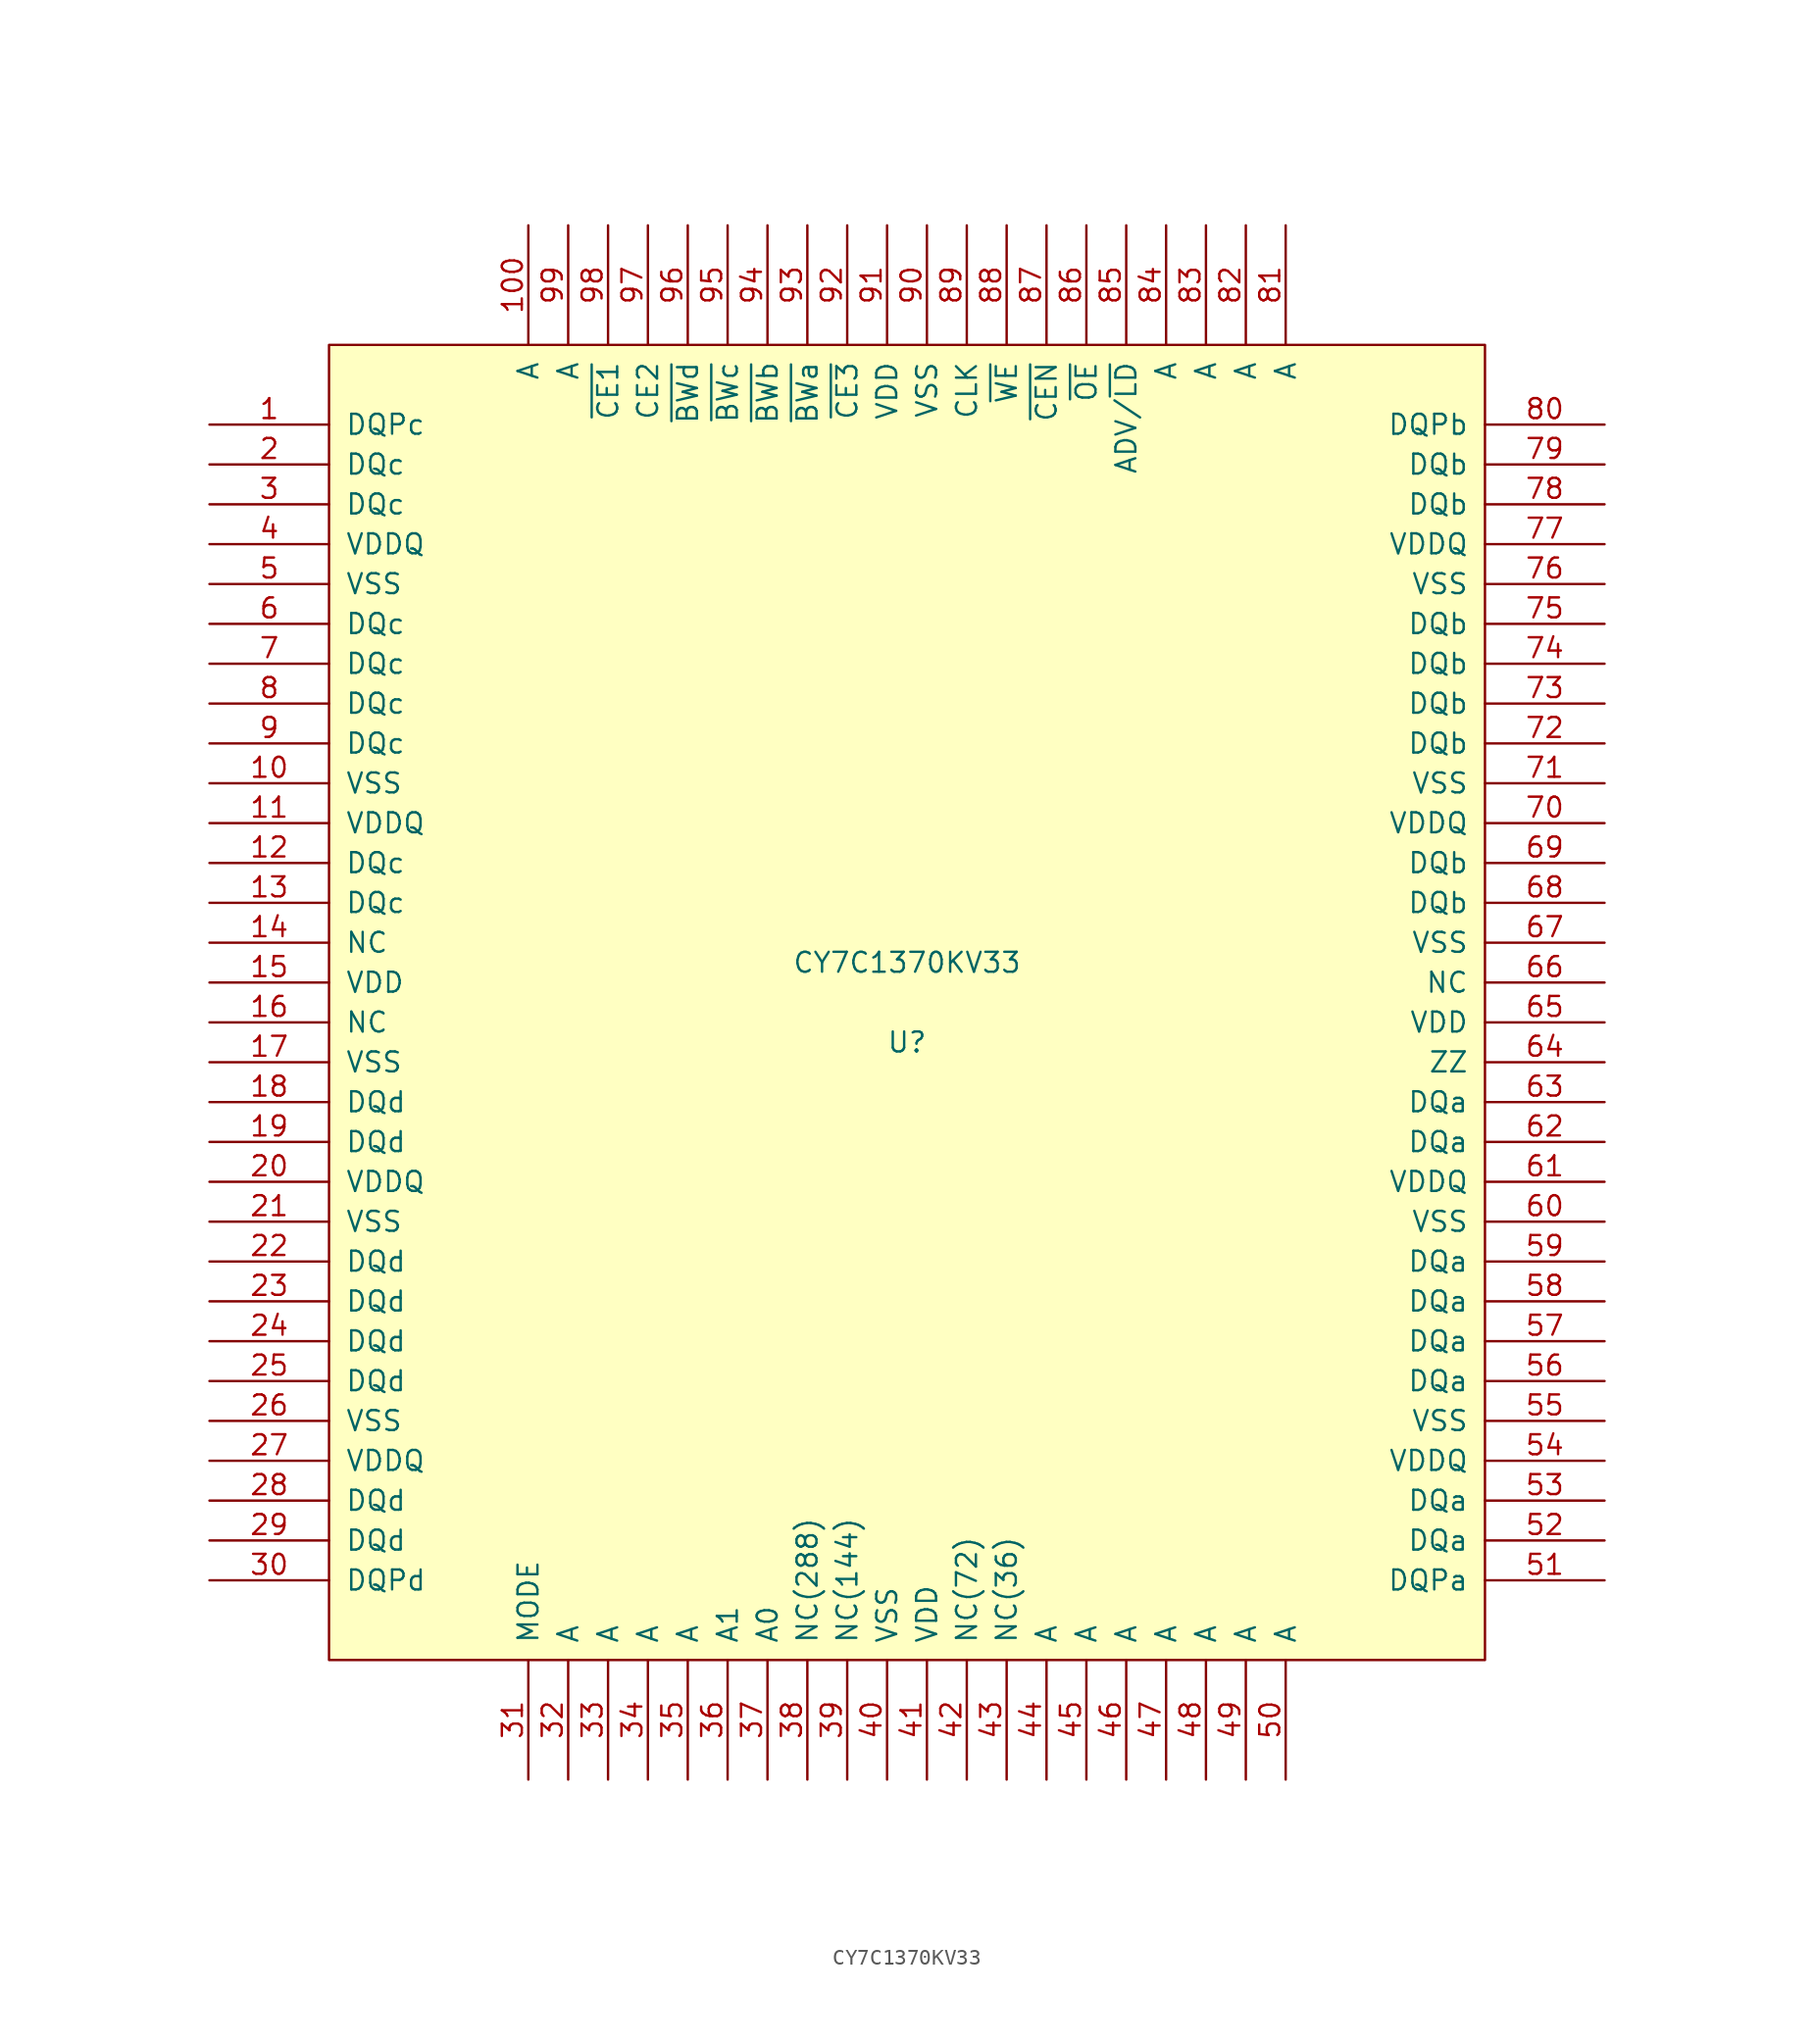
<source format=kicad_sym>
(kicad_symbol_lib
  (version 20211014)
  (generator kicad_symbol_editor)
  (symbol "CY7C1370KV33"
    (pin_names
      (offset 1.016))
    (property "Reference" "U"
      (at 0 -2.54 0)
      (effects (font (size 1.27 1.27))))
    (property "Value" "CY7C1370KV33"
      (at 0 2.54 0)
      (effects (font (size 1.27 1.27))))
    (symbol "CY7C1370KV33_1_0"
      (rectangle (start -36.83 -41.91) (end 36.83 41.91) (stroke (width 0) (type default) (color 0 0 0 0)) (fill (type background))))
    (symbol "CY7C1370KV33_1_1"
      (pin bidirectional line (at -44.45 36.83 0) (length 7.62) (name "DQPc" (effects (font (size 1.27 1.27)))) (number "1" (effects (font (size 1.27 1.27)))))
      (pin power_in line (at -44.45 13.97 0) (length 7.62) (name "VSS" (effects (font (size 1.27 1.27)))) (number "10" (effects (font (size 1.27 1.27)))))
      (pin input line (at -24.13 49.53 270) (length 7.62) (name "A" (effects (font (size 1.27 1.27)))) (number "100" (effects (font (size 1.27 1.27)))))
      (pin power_in line (at -44.45 11.43 0) (length 7.62) (name "VDDQ" (effects (font (size 1.27 1.27)))) (number "11" (effects (font (size 1.27 1.27)))))
      (pin bidirectional line (at -44.45 8.89 0) (length 7.62) (name "DQc" (effects (font (size 1.27 1.27)))) (number "12" (effects (font (size 1.27 1.27)))))
      (pin bidirectional line (at -44.45 6.35 0) (length 7.62) (name "DQc" (effects (font (size 1.27 1.27)))) (number "13" (effects (font (size 1.27 1.27)))))
      (pin unspecified line (at -44.45 3.81 0) (length 7.62) (name "NC" (effects (font (size 1.27 1.27)))) (number "14" (effects (font (size 1.27 1.27)))))
      (pin power_in line (at -44.45 1.27 0) (length 7.62) (name "VDD" (effects (font (size 1.27 1.27)))) (number "15" (effects (font (size 1.27 1.27)))))
      (pin unspecified line (at -44.45 -1.27 0) (length 7.62) (name "NC" (effects (font (size 1.27 1.27)))) (number "16" (effects (font (size 1.27 1.27)))))
      (pin power_in line (at -44.45 -3.81 0) (length 7.62) (name "VSS" (effects (font (size 1.27 1.27)))) (number "17" (effects (font (size 1.27 1.27)))))
      (pin bidirectional line (at -44.45 -6.35 0) (length 7.62) (name "DQd" (effects (font (size 1.27 1.27)))) (number "18" (effects (font (size 1.27 1.27)))))
      (pin bidirectional line (at -44.45 -8.89 0) (length 7.62) (name "DQd" (effects (font (size 1.27 1.27)))) (number "19" (effects (font (size 1.27 1.27)))))
      (pin bidirectional line (at -44.45 34.29 0) (length 7.62) (name "DQc" (effects (font (size 1.27 1.27)))) (number "2" (effects (font (size 1.27 1.27)))))
      (pin power_in line (at -44.45 -11.43 0) (length 7.62) (name "VDDQ" (effects (font (size 1.27 1.27)))) (number "20" (effects (font (size 1.27 1.27)))))
      (pin power_in line (at -44.45 -13.97 0) (length 7.62) (name "VSS" (effects (font (size 1.27 1.27)))) (number "21" (effects (font (size 1.27 1.27)))))
      (pin bidirectional line (at -44.45 -16.51 0) (length 7.62) (name "DQd" (effects (font (size 1.27 1.27)))) (number "22" (effects (font (size 1.27 1.27)))))
      (pin bidirectional line (at -44.45 -19.05 0) (length 7.62) (name "DQd" (effects (font (size 1.27 1.27)))) (number "23" (effects (font (size 1.27 1.27)))))
      (pin bidirectional line (at -44.45 -21.59 0) (length 7.62) (name "DQd" (effects (font (size 1.27 1.27)))) (number "24" (effects (font (size 1.27 1.27)))))
      (pin bidirectional line (at -44.45 -24.13 0) (length 7.62) (name "DQd" (effects (font (size 1.27 1.27)))) (number "25" (effects (font (size 1.27 1.27)))))
      (pin power_in line (at -44.45 -26.67 0) (length 7.62) (name "VSS" (effects (font (size 1.27 1.27)))) (number "26" (effects (font (size 1.27 1.27)))))
      (pin power_in line (at -44.45 -29.21 0) (length 7.62) (name "VDDQ" (effects (font (size 1.27 1.27)))) (number "27" (effects (font (size 1.27 1.27)))))
      (pin bidirectional line (at -44.45 -31.75 0) (length 7.62) (name "DQd" (effects (font (size 1.27 1.27)))) (number "28" (effects (font (size 1.27 1.27)))))
      (pin bidirectional line (at -44.45 -34.29 0) (length 7.62) (name "DQd" (effects (font (size 1.27 1.27)))) (number "29" (effects (font (size 1.27 1.27)))))
      (pin bidirectional line (at -44.45 31.75 0) (length 7.62) (name "DQc" (effects (font (size 1.27 1.27)))) (number "3" (effects (font (size 1.27 1.27)))))
      (pin bidirectional line (at -44.45 -36.83 0) (length 7.62) (name "DQPd" (effects (font (size 1.27 1.27)))) (number "30" (effects (font (size 1.27 1.27)))))
      (pin input line (at -24.13 -49.53 90) (length 7.62) (name "MODE" (effects (font (size 1.27 1.27)))) (number "31" (effects (font (size 1.27 1.27)))))
      (pin input line (at -21.59 -49.53 90) (length 7.62) (name "A" (effects (font (size 1.27 1.27)))) (number "32" (effects (font (size 1.27 1.27)))))
      (pin input line (at -19.05 -49.53 90) (length 7.62) (name "A" (effects (font (size 1.27 1.27)))) (number "33" (effects (font (size 1.27 1.27)))))
      (pin input line (at -16.51 -49.53 90) (length 7.62) (name "A" (effects (font (size 1.27 1.27)))) (number "34" (effects (font (size 1.27 1.27)))))
      (pin input line (at -13.97 -49.53 90) (length 7.62) (name "A" (effects (font (size 1.27 1.27)))) (number "35" (effects (font (size 1.27 1.27)))))
      (pin input line (at -11.43 -49.53 90) (length 7.62) (name "A1" (effects (font (size 1.27 1.27)))) (number "36" (effects (font (size 1.27 1.27)))))
      (pin input line (at -8.89 -49.53 90) (length 7.62) (name "A0" (effects (font (size 1.27 1.27)))) (number "37" (effects (font (size 1.27 1.27)))))
      (pin unspecified line (at -6.35 -49.53 90) (length 7.62) (name "NC(288)" (effects (font (size 1.27 1.27)))) (number "38" (effects (font (size 1.27 1.27)))))
      (pin unspecified line (at -3.81 -49.53 90) (length 7.62) (name "NC(144)" (effects (font (size 1.27 1.27)))) (number "39" (effects (font (size 1.27 1.27)))))
      (pin power_in line (at -44.45 29.21 0) (length 7.62) (name "VDDQ" (effects (font (size 1.27 1.27)))) (number "4" (effects (font (size 1.27 1.27)))))
      (pin power_in line (at -1.27 -49.53 90) (length 7.62) (name "VSS" (effects (font (size 1.27 1.27)))) (number "40" (effects (font (size 1.27 1.27)))))
      (pin power_in line (at 1.27 -49.53 90) (length 7.62) (name "VDD" (effects (font (size 1.27 1.27)))) (number "41" (effects (font (size 1.27 1.27)))))
      (pin unspecified line (at 3.81 -49.53 90) (length 7.62) (name "NC(72)" (effects (font (size 1.27 1.27)))) (number "42" (effects (font (size 1.27 1.27)))))
      (pin unspecified line (at 6.35 -49.53 90) (length 7.62) (name "NC(36)" (effects (font (size 1.27 1.27)))) (number "43" (effects (font (size 1.27 1.27)))))
      (pin input line (at 8.89 -49.53 90) (length 7.62) (name "A" (effects (font (size 1.27 1.27)))) (number "44" (effects (font (size 1.27 1.27)))))
      (pin input line (at 11.43 -49.53 90) (length 7.62) (name "A" (effects (font (size 1.27 1.27)))) (number "45" (effects (font (size 1.27 1.27)))))
      (pin input line (at 13.97 -49.53 90) (length 7.62) (name "A" (effects (font (size 1.27 1.27)))) (number "46" (effects (font (size 1.27 1.27)))))
      (pin input line (at 16.51 -49.53 90) (length 7.62) (name "A" (effects (font (size 1.27 1.27)))) (number "47" (effects (font (size 1.27 1.27)))))
      (pin input line (at 19.05 -49.53 90) (length 7.62) (name "A" (effects (font (size 1.27 1.27)))) (number "48" (effects (font (size 1.27 1.27)))))
      (pin input line (at 21.59 -49.53 90) (length 7.62) (name "A" (effects (font (size 1.27 1.27)))) (number "49" (effects (font (size 1.27 1.27)))))
      (pin power_in line (at -44.45 26.67 0) (length 7.62) (name "VSS" (effects (font (size 1.27 1.27)))) (number "5" (effects (font (size 1.27 1.27)))))
      (pin input line (at 24.13 -49.53 90) (length 7.62) (name "A" (effects (font (size 1.27 1.27)))) (number "50" (effects (font (size 1.27 1.27)))))
      (pin bidirectional line (at 44.45 -36.83 180) (length 7.62) (name "DQPa" (effects (font (size 1.27 1.27)))) (number "51" (effects (font (size 1.27 1.27)))))
      (pin bidirectional line (at 44.45 -34.29 180) (length 7.62) (name "DQa" (effects (font (size 1.27 1.27)))) (number "52" (effects (font (size 1.27 1.27)))))
      (pin bidirectional line (at 44.45 -31.75 180) (length 7.62) (name "DQa" (effects (font (size 1.27 1.27)))) (number "53" (effects (font (size 1.27 1.27)))))
      (pin power_in line (at 44.45 -29.21 180) (length 7.62) (name "VDDQ" (effects (font (size 1.27 1.27)))) (number "54" (effects (font (size 1.27 1.27)))))
      (pin power_in line (at 44.45 -26.67 180) (length 7.62) (name "VSS" (effects (font (size 1.27 1.27)))) (number "55" (effects (font (size 1.27 1.27)))))
      (pin bidirectional line (at 44.45 -24.13 180) (length 7.62) (name "DQa" (effects (font (size 1.27 1.27)))) (number "56" (effects (font (size 1.27 1.27)))))
      (pin bidirectional line (at 44.45 -21.59 180) (length 7.62) (name "DQa" (effects (font (size 1.27 1.27)))) (number "57" (effects (font (size 1.27 1.27)))))
      (pin bidirectional line (at 44.45 -19.05 180) (length 7.62) (name "DQa" (effects (font (size 1.27 1.27)))) (number "58" (effects (font (size 1.27 1.27)))))
      (pin bidirectional line (at 44.45 -16.51 180) (length 7.62) (name "DQa" (effects (font (size 1.27 1.27)))) (number "59" (effects (font (size 1.27 1.27)))))
      (pin bidirectional line (at -44.45 24.13 0) (length 7.62) (name "DQc" (effects (font (size 1.27 1.27)))) (number "6" (effects (font (size 1.27 1.27)))))
      (pin power_in line (at 44.45 -13.97 180) (length 7.62) (name "VSS" (effects (font (size 1.27 1.27)))) (number "60" (effects (font (size 1.27 1.27)))))
      (pin power_in line (at 44.45 -11.43 180) (length 7.62) (name "VDDQ" (effects (font (size 1.27 1.27)))) (number "61" (effects (font (size 1.27 1.27)))))
      (pin bidirectional line (at 44.45 -8.89 180) (length 7.62) (name "DQa" (effects (font (size 1.27 1.27)))) (number "62" (effects (font (size 1.27 1.27)))))
      (pin bidirectional line (at 44.45 -6.35 180) (length 7.62) (name "DQa" (effects (font (size 1.27 1.27)))) (number "63" (effects (font (size 1.27 1.27)))))
      (pin input line (at 44.45 -3.81 180) (length 7.62) (name "ZZ" (effects (font (size 1.27 1.27)))) (number "64" (effects (font (size 1.27 1.27)))))
      (pin power_in line (at 44.45 -1.27 180) (length 7.62) (name "VDD" (effects (font (size 1.27 1.27)))) (number "65" (effects (font (size 1.27 1.27)))))
      (pin unspecified line (at 44.45 1.27 180) (length 7.62) (name "NC" (effects (font (size 1.27 1.27)))) (number "66" (effects (font (size 1.27 1.27)))))
      (pin power_in line (at 44.45 3.81 180) (length 7.62) (name "VSS" (effects (font (size 1.27 1.27)))) (number "67" (effects (font (size 1.27 1.27)))))
      (pin bidirectional line (at 44.45 6.35 180) (length 7.62) (name "DQb" (effects (font (size 1.27 1.27)))) (number "68" (effects (font (size 1.27 1.27)))))
      (pin bidirectional line (at 44.45 8.89 180) (length 7.62) (name "DQb" (effects (font (size 1.27 1.27)))) (number "69" (effects (font (size 1.27 1.27)))))
      (pin bidirectional line (at -44.45 21.59 0) (length 7.62) (name "DQc" (effects (font (size 1.27 1.27)))) (number "7" (effects (font (size 1.27 1.27)))))
      (pin power_in line (at 44.45 11.43 180) (length 7.62) (name "VDDQ" (effects (font (size 1.27 1.27)))) (number "70" (effects (font (size 1.27 1.27)))))
      (pin power_in line (at 44.45 13.97 180) (length 7.62) (name "VSS" (effects (font (size 1.27 1.27)))) (number "71" (effects (font (size 1.27 1.27)))))
      (pin bidirectional line (at 44.45 16.51 180) (length 7.62) (name "DQb" (effects (font (size 1.27 1.27)))) (number "72" (effects (font (size 1.27 1.27)))))
      (pin bidirectional line (at 44.45 19.05 180) (length 7.62) (name "DQb" (effects (font (size 1.27 1.27)))) (number "73" (effects (font (size 1.27 1.27)))))
      (pin bidirectional line (at 44.45 21.59 180) (length 7.62) (name "DQb" (effects (font (size 1.27 1.27)))) (number "74" (effects (font (size 1.27 1.27)))))
      (pin bidirectional line (at 44.45 24.13 180) (length 7.62) (name "DQb" (effects (font (size 1.27 1.27)))) (number "75" (effects (font (size 1.27 1.27)))))
      (pin power_in line (at 44.45 26.67 180) (length 7.62) (name "VSS" (effects (font (size 1.27 1.27)))) (number "76" (effects (font (size 1.27 1.27)))))
      (pin power_in line (at 44.45 29.21 180) (length 7.62) (name "VDDQ" (effects (font (size 1.27 1.27)))) (number "77" (effects (font (size 1.27 1.27)))))
      (pin bidirectional line (at 44.45 31.75 180) (length 7.62) (name "DQb" (effects (font (size 1.27 1.27)))) (number "78" (effects (font (size 1.27 1.27)))))
      (pin bidirectional line (at 44.45 34.29 180) (length 7.62) (name "DQb" (effects (font (size 1.27 1.27)))) (number "79" (effects (font (size 1.27 1.27)))))
      (pin bidirectional line (at -44.45 19.05 0) (length 7.62) (name "DQc" (effects (font (size 1.27 1.27)))) (number "8" (effects (font (size 1.27 1.27)))))
      (pin bidirectional line (at 44.45 36.83 180) (length 7.62) (name "DQPb" (effects (font (size 1.27 1.27)))) (number "80" (effects (font (size 1.27 1.27)))))
      (pin input line (at 24.13 49.53 270) (length 7.62) (name "A" (effects (font (size 1.27 1.27)))) (number "81" (effects (font (size 1.27 1.27)))))
      (pin input line (at 21.59 49.53 270) (length 7.62) (name "A" (effects (font (size 1.27 1.27)))) (number "82" (effects (font (size 1.27 1.27)))))
      (pin input line (at 19.05 49.53 270) (length 7.62) (name "A" (effects (font (size 1.27 1.27)))) (number "83" (effects (font (size 1.27 1.27)))))
      (pin input line (at 16.51 49.53 270) (length 7.62) (name "A" (effects (font (size 1.27 1.27)))) (number "84" (effects (font (size 1.27 1.27)))))
      (pin input line (at 13.97 49.53 270) (length 7.62) (name "ADV/~{LD}" (effects (font (size 1.27 1.27)))) (number "85" (effects (font (size 1.27 1.27)))))
      (pin input line (at 11.43 49.53 270) (length 7.62) (name "~{OE}" (effects (font (size 1.27 1.27)))) (number "86" (effects (font (size 1.27 1.27)))))
      (pin input line (at 8.89 49.53 270) (length 7.62) (name "~{CEN}" (effects (font (size 1.27 1.27)))) (number "87" (effects (font (size 1.27 1.27)))))
      (pin input line (at 6.35 49.53 270) (length 7.62) (name "~{WE}" (effects (font (size 1.27 1.27)))) (number "88" (effects (font (size 1.27 1.27)))))
      (pin input line (at 3.81 49.53 270) (length 7.62) (name "CLK" (effects (font (size 1.27 1.27)))) (number "89" (effects (font (size 1.27 1.27)))))
      (pin bidirectional line (at -44.45 16.51 0) (length 7.62) (name "DQc" (effects (font (size 1.27 1.27)))) (number "9" (effects (font (size 1.27 1.27)))))
      (pin power_in line (at 1.27 49.53 270) (length 7.62) (name "VSS" (effects (font (size 1.27 1.27)))) (number "90" (effects (font (size 1.27 1.27)))))
      (pin power_in line (at -1.27 49.53 270) (length 7.62) (name "VDD" (effects (font (size 1.27 1.27)))) (number "91" (effects (font (size 1.27 1.27)))))
      (pin input line (at -3.81 49.53 270) (length 7.62) (name "~{CE3}" (effects (font (size 1.27 1.27)))) (number "92" (effects (font (size 1.27 1.27)))))
      (pin input line (at -6.35 49.53 270) (length 7.62) (name "~{BWa}" (effects (font (size 1.27 1.27)))) (number "93" (effects (font (size 1.27 1.27)))))
      (pin input line (at -8.89 49.53 270) (length 7.62) (name "~{BWb}" (effects (font (size 1.27 1.27)))) (number "94" (effects (font (size 1.27 1.27)))))
      (pin input line (at -11.43 49.53 270) (length 7.62) (name "~{BWc}" (effects (font (size 1.27 1.27)))) (number "95" (effects (font (size 1.27 1.27)))))
      (pin input line (at -13.97 49.53 270) (length 7.62) (name "~{BWd}" (effects (font (size 1.27 1.27)))) (number "96" (effects (font (size 1.27 1.27)))))
      (pin input line (at -16.51 49.53 270) (length 7.62) (name "CE2" (effects (font (size 1.27 1.27)))) (number "97" (effects (font (size 1.27 1.27)))))
      (pin input line (at -19.05 49.53 270) (length 7.62) (name "~{CE1}" (effects (font (size 1.27 1.27)))) (number "98" (effects (font (size 1.27 1.27)))))
      (pin input line (at -21.59 49.53 270) (length 7.62) (name "A" (effects (font (size 1.27 1.27)))) (number "99" (effects (font (size 1.27 1.27))))))))
</source>
